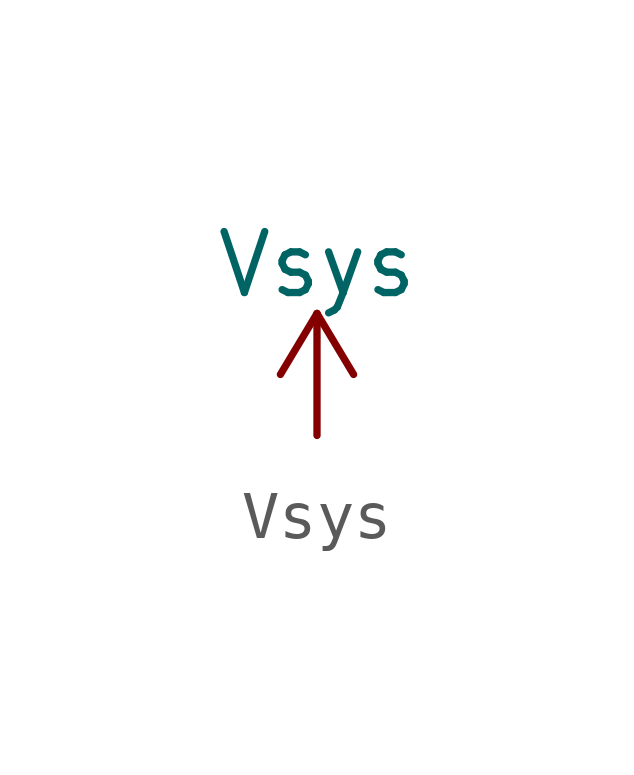
<source format=kicad_sym>
(kicad_symbol_lib
  (version 20211014)
  (generator kicad_symbol_editor)
  (symbol "Vsys"
    (power)
    (pin_names
      (offset 0))
    (property "Reference" "#PWR"
      (at 0 -3.81 0)
      (effects (font (size 1.27 1.27)) hide))
    (property "Value" "Vsys"
      (at 0 3.556 0)
      (effects (font (size 1.27 1.27))))
    (symbol "Vsys_0_1"
      (polyline (pts (xy -0.762 1.27) (xy 0 2.54)) (stroke (width 0) (type default) (color 0 0 0 0)) (fill (type none)))
      (polyline (pts (xy 0 0) (xy 0 2.54)) (stroke (width 0) (type default) (color 0 0 0 0)) (fill (type none)))
      (polyline (pts (xy 0 2.54) (xy 0.762 1.27)) (stroke (width 0) (type default) (color 0 0 0 0)) (fill (type none))))
    (symbol "Vsys_1_1"
      (pin power_in line (at 0 0 90) (length 0) hide (name "+1V8" (effects (font (size 1.27 1.27)))) (number "1" (effects (font (size 1.27 1.27))))))))
</source>
